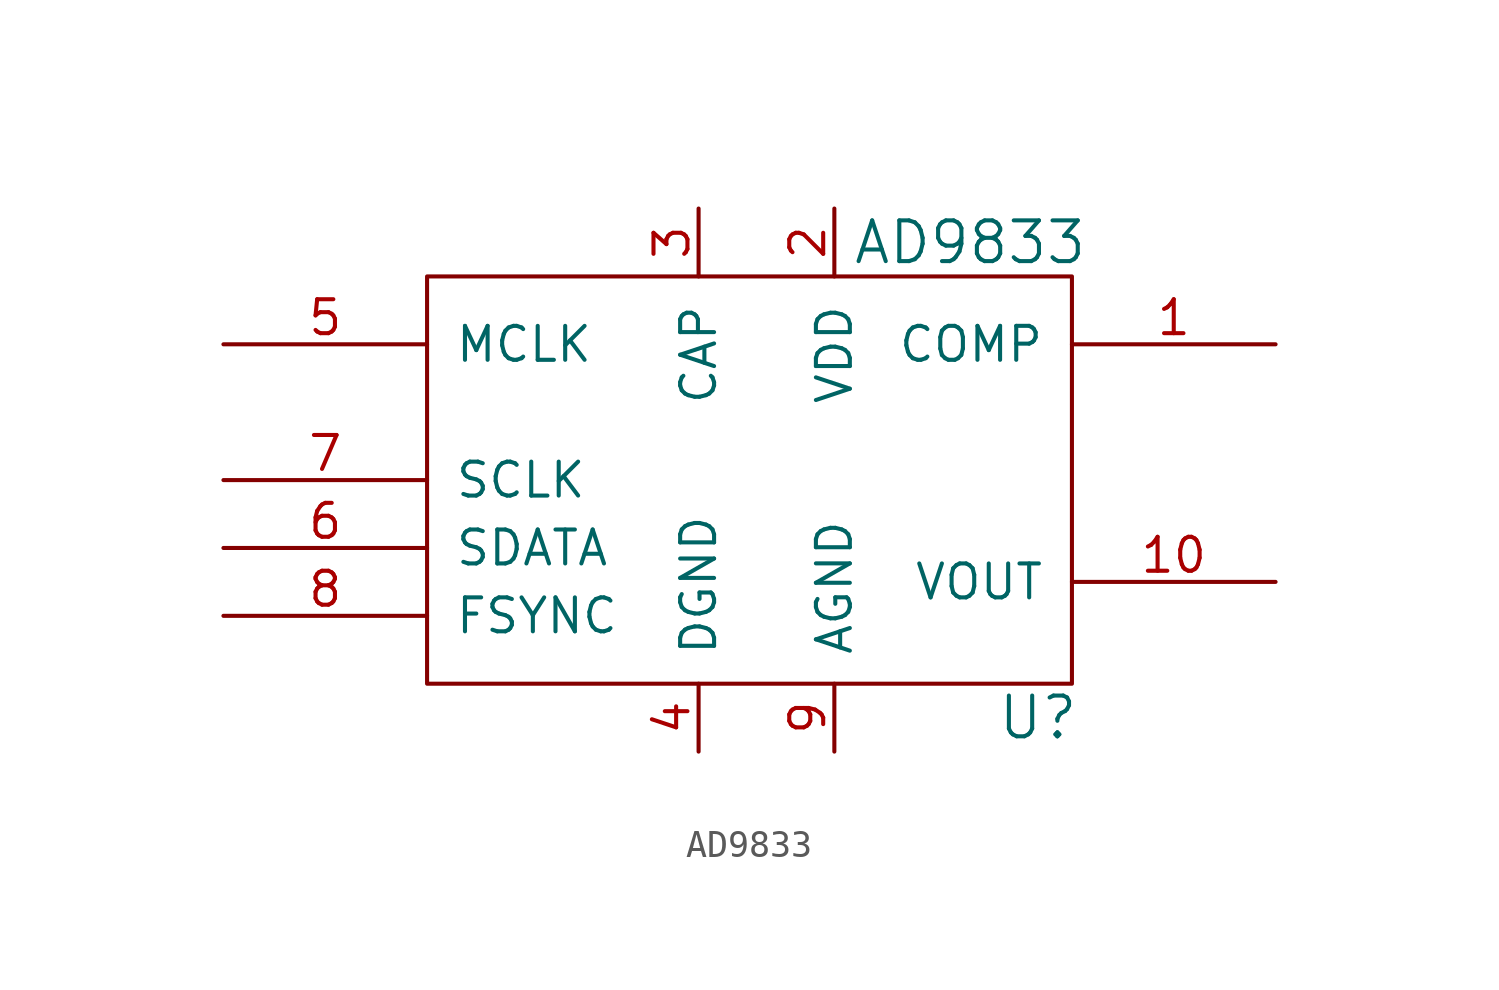
<source format=kicad_sym>
(kicad_symbol_lib
  (version 20211014)
  (generator kicad_symbol_editor)
  (symbol "AD9833"
    (pin_names
      (offset 1.016))
    (property "Reference" "U"
      (at 11.43 -10.16 0)
      (effects (font (size 1.524 1.524))))
    (property "Value" "AD9833"
      (at 8.89 7.62 0)
      (effects (font (size 1.524 1.524))))
    (property "Footprint" ""
      (at 5.08 10.16 0)
      (effects (font (size 1.524 1.524))))
    (property "Datasheet" ""
      (at 5.08 10.16 0)
      (effects (font (size 1.524 1.524))))
    (symbol "AD9833_0_1"
      (rectangle (start -11.43 6.35) (end 12.7 -8.89) (stroke (width 0) (type default) (color 0 0 0 0)) (fill (type none))))
    (symbol "AD9833_1_1"
      (pin input line (at 20.32 3.81 180) (length 7.62) (name "COMP" (effects (font (size 1.27 1.27)))) (number "1" (effects (font (size 1.27 1.27)))))
      (pin output line (at 20.32 -5.08 180) (length 7.62) (name "VOUT" (effects (font (size 1.27 1.27)))) (number "10" (effects (font (size 1.27 1.27)))))
      (pin power_in line (at 3.81 8.89 270) (length 2.54) (name "VDD" (effects (font (size 1.27 1.27)))) (number "2" (effects (font (size 1.27 1.27)))))
      (pin input line (at -1.27 8.89 270) (length 2.54) (name "CAP" (effects (font (size 1.27 1.27)))) (number "3" (effects (font (size 1.27 1.27)))))
      (pin power_in line (at -1.27 -11.43 90) (length 2.54) (name "DGND" (effects (font (size 1.27 1.27)))) (number "4" (effects (font (size 1.27 1.27)))))
      (pin input line (at -19.05 3.81 0) (length 7.62) (name "MCLK" (effects (font (size 1.27 1.27)))) (number "5" (effects (font (size 1.27 1.27)))))
      (pin input line (at -19.05 -3.81 0) (length 7.62) (name "SDATA" (effects (font (size 1.27 1.27)))) (number "6" (effects (font (size 1.27 1.27)))))
      (pin input line (at -19.05 -1.27 0) (length 7.62) (name "SCLK" (effects (font (size 1.27 1.27)))) (number "7" (effects (font (size 1.27 1.27)))))
      (pin input line (at -19.05 -6.35 0) (length 7.62) (name "FSYNC" (effects (font (size 1.27 1.27)))) (number "8" (effects (font (size 1.27 1.27)))))
      (pin power_in line (at 3.81 -11.43 90) (length 2.54) (name "AGND" (effects (font (size 1.27 1.27)))) (number "9" (effects (font (size 1.27 1.27))))))))
</source>
